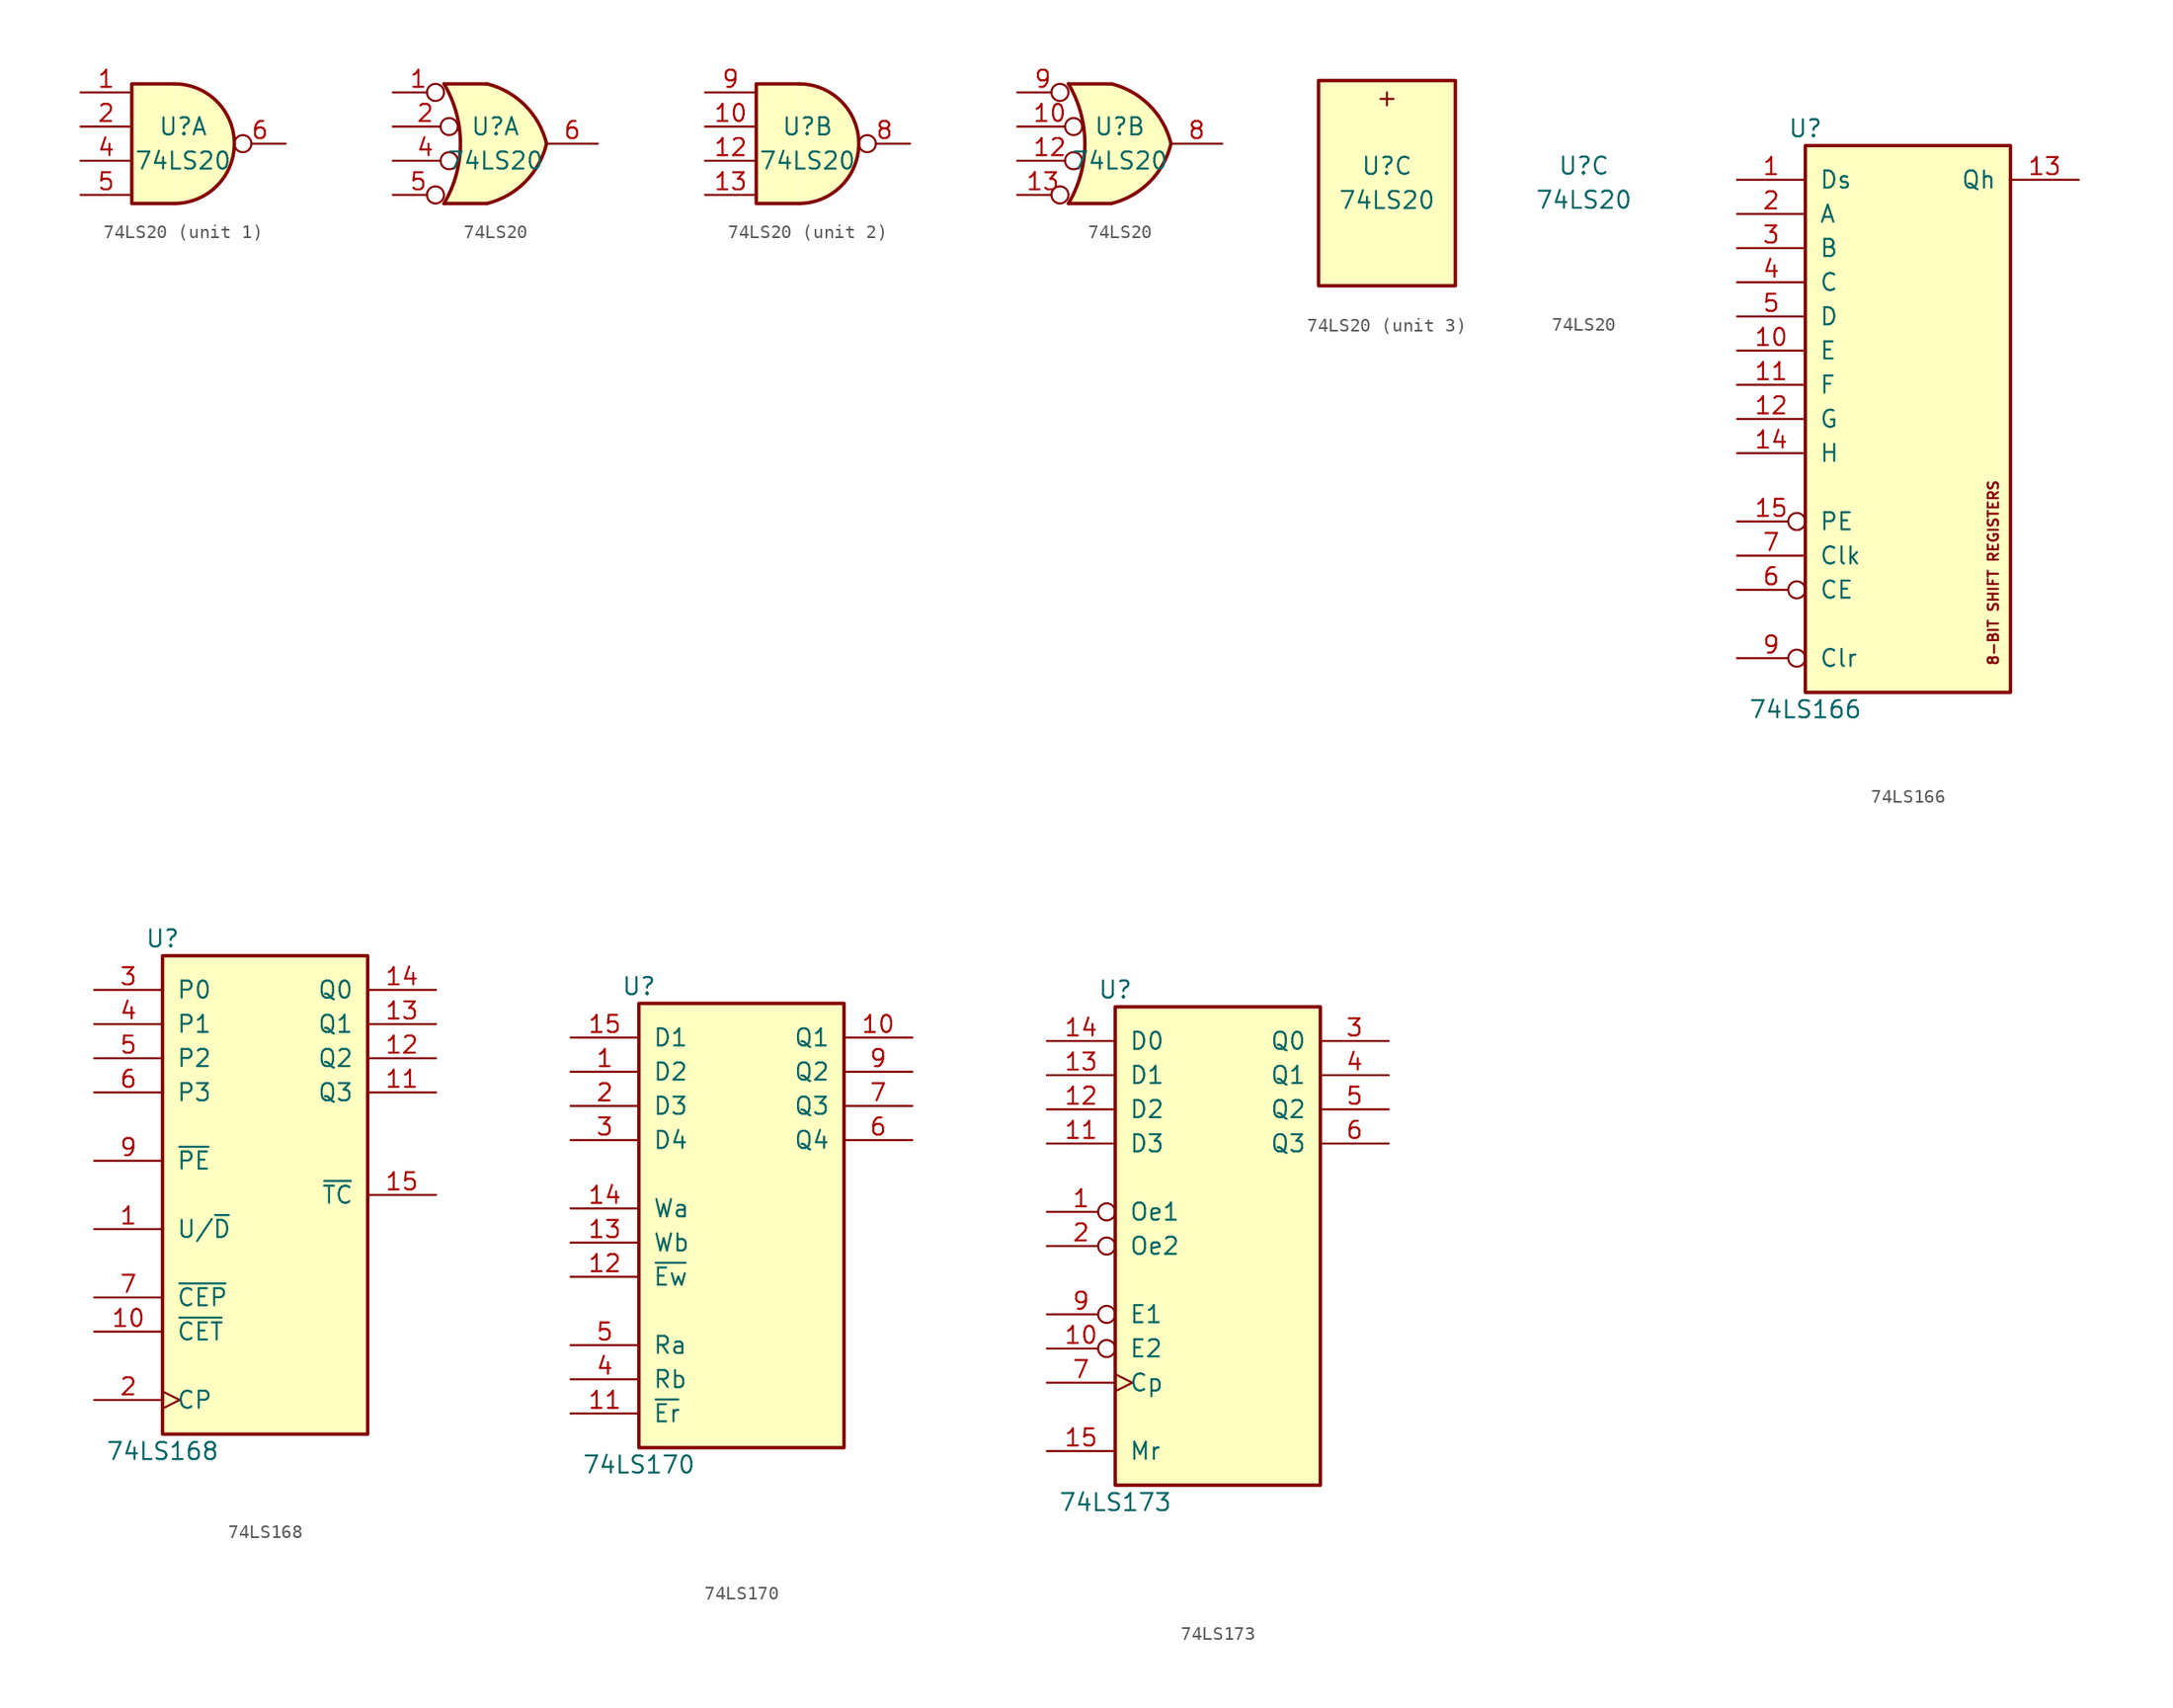
<source format=kicad_sym>
(kicad_symbol_lib
  (version 20231120)
  (generator "kicad_symbol_editor")
  (generator_version "8.0")
  (symbol "74LS20"
    (pin_names
      (offset 1.016))
    (property "Reference" "U"
      (at 0 1.27 0)
      (effects (font (size 1.27 1.27))))
    (property "Value" "74LS20"
      (at 0 -1.27 0)
      (effects (font (size 1.27 1.27))))
    (property "ki_locked" ""
      (at 0 0 0)
      (effects (font (size 1.27 1.27))))
    (symbol "74LS20_1_1"
      (arc (start -0.635 -4.445) (mid 3.7907 0) (end -0.635 4.445) (stroke (width 0.254) (type default)) (fill (type background)))
      (polyline (pts (xy -0.635 4.445) (xy -3.81 4.445) (xy -3.81 -4.445) (xy -0.635 -4.445)) (stroke (width 0.254) (type default)) (fill (type background)))
      (pin input line (at -7.62 3.81 0) (length 3.81) (name "~" (effects (font (size 1.27 1.27)))) (number "1" (effects (font (size 1.27 1.27)))))
      (pin input line (at -7.62 1.27 0) (length 3.81) (name "~" (effects (font (size 1.27 1.27)))) (number "2" (effects (font (size 1.27 1.27)))))
      (pin input line (at -7.62 -1.27 0) (length 3.81) (name "~" (effects (font (size 1.27 1.27)))) (number "4" (effects (font (size 1.27 1.27)))))
      (pin input line (at -7.62 -3.81 0) (length 3.81) (name "~" (effects (font (size 1.27 1.27)))) (number "5" (effects (font (size 1.27 1.27)))))
      (pin output inverted (at 7.62 0 180) (length 3.81) (name "~" (effects (font (size 1.27 1.27)))) (number "6" (effects (font (size 1.27 1.27))))))
    (symbol "74LS20_1_2"
      (arc (start -3.81 -4.445) (mid -2.5908 0) (end -3.81 4.445) (stroke (width 0.254) (type default)) (fill (type none)))
      (arc (start -0.6096 -4.445) (mid 2.2246 -2.8422) (end 3.81 0) (stroke (width 0.254) (type default)) (fill (type background)))
      (polyline (pts (xy -3.81 -4.445) (xy -0.635 -4.445)) (stroke (width 0.254) (type default)) (fill (type background)))
      (polyline (pts (xy -3.81 4.445) (xy -0.635 4.445)) (stroke (width 0.254) (type default)) (fill (type background)))
      (polyline (pts (xy -0.635 4.445) (xy -3.81 4.445) (xy -3.81 4.445) (xy -3.632 4.089) (xy -3.099 2.921) (xy -2.769 1.676) (xy -2.616 0.432) (xy -2.642 -0.864) (xy -2.87 -2.108) (xy -3.251 -3.327) (xy -3.81 -4.445) (xy -3.81 -4.445) (xy -0.635 -4.445)) (stroke (width -25.4) (type default)) (fill (type background)))
      (arc (start 3.81 0) (mid 2.2204 2.8379) (end -0.6096 4.445) (stroke (width 0.254) (type default)) (fill (type background)))
      (pin input inverted (at -7.62 3.81 0) (length 3.81) (name "~" (effects (font (size 1.27 1.27)))) (number "1" (effects (font (size 1.27 1.27)))))
      (pin input inverted (at -7.62 1.27 0) (length 4.826) (name "~" (effects (font (size 1.27 1.27)))) (number "2" (effects (font (size 1.27 1.27)))))
      (pin input inverted (at -7.62 -1.27 0) (length 4.826) (name "~" (effects (font (size 1.27 1.27)))) (number "4" (effects (font (size 1.27 1.27)))))
      (pin input inverted (at -7.62 -3.81 0) (length 3.81) (name "~" (effects (font (size 1.27 1.27)))) (number "5" (effects (font (size 1.27 1.27)))))
      (pin output line (at 7.62 0 180) (length 3.81) (name "~" (effects (font (size 1.27 1.27)))) (number "6" (effects (font (size 1.27 1.27))))))
    (symbol "74LS20_2_1"
      (arc (start -0.635 -4.445) (mid 3.7907 0) (end -0.635 4.445) (stroke (width 0.254) (type default)) (fill (type background)))
      (polyline (pts (xy -0.635 4.445) (xy -3.81 4.445) (xy -3.81 -4.445) (xy -0.635 -4.445)) (stroke (width 0.254) (type default)) (fill (type background)))
      (pin input line (at -7.62 1.27 0) (length 3.81) (name "~" (effects (font (size 1.27 1.27)))) (number "10" (effects (font (size 1.27 1.27)))))
      (pin input line (at -7.62 -1.27 0) (length 3.81) (name "~" (effects (font (size 1.27 1.27)))) (number "12" (effects (font (size 1.27 1.27)))))
      (pin input line (at -7.62 -3.81 0) (length 3.81) (name "~" (effects (font (size 1.27 1.27)))) (number "13" (effects (font (size 1.27 1.27)))))
      (pin output inverted (at 7.62 0 180) (length 3.81) (name "~" (effects (font (size 1.27 1.27)))) (number "8" (effects (font (size 1.27 1.27)))))
      (pin input line (at -7.62 3.81 0) (length 3.81) (name "~" (effects (font (size 1.27 1.27)))) (number "9" (effects (font (size 1.27 1.27))))))
    (symbol "74LS20_2_2"
      (arc (start -3.81 -4.445) (mid -2.5908 0) (end -3.81 4.445) (stroke (width 0.254) (type default)) (fill (type none)))
      (arc (start -0.6096 -4.445) (mid 2.2246 -2.8422) (end 3.81 0) (stroke (width 0.254) (type default)) (fill (type background)))
      (polyline (pts (xy -3.81 -4.445) (xy -0.635 -4.445)) (stroke (width 0.254) (type default)) (fill (type background)))
      (polyline (pts (xy -3.81 4.445) (xy -0.635 4.445)) (stroke (width 0.254) (type default)) (fill (type background)))
      (polyline (pts (xy -0.635 4.445) (xy -3.81 4.445) (xy -3.81 4.445) (xy -3.632 4.089) (xy -3.099 2.921) (xy -2.769 1.676) (xy -2.616 0.432) (xy -2.642 -0.864) (xy -2.87 -2.108) (xy -3.251 -3.327) (xy -3.81 -4.445) (xy -3.81 -4.445) (xy -0.635 -4.445)) (stroke (width -25.4) (type default)) (fill (type background)))
      (arc (start 3.81 0) (mid 2.2204 2.8379) (end -0.6096 4.445) (stroke (width 0.254) (type default)) (fill (type background)))
      (pin input inverted (at -7.62 1.27 0) (length 4.826) (name "~" (effects (font (size 1.27 1.27)))) (number "10" (effects (font (size 1.27 1.27)))))
      (pin input inverted (at -7.62 -1.27 0) (length 4.826) (name "~" (effects (font (size 1.27 1.27)))) (number "12" (effects (font (size 1.27 1.27)))))
      (pin input inverted (at -7.62 -3.81 0) (length 3.81) (name "~" (effects (font (size 1.27 1.27)))) (number "13" (effects (font (size 1.27 1.27)))))
      (pin output line (at 7.62 0 180) (length 3.81) (name "~" (effects (font (size 1.27 1.27)))) (number "8" (effects (font (size 1.27 1.27)))))
      (pin input inverted (at -7.62 3.81 0) (length 3.81) (name "~" (effects (font (size 1.27 1.27)))) (number "9" (effects (font (size 1.27 1.27))))))
    (symbol "74LS20_3_0"
      (pin power_in line (at 0 7.62 270) (length 5.08) hide (name "VCC" (effects (font (size 1.27 1.27)))) (number "14" (effects (font (size 1.27 1.27)))))
      (pin power_in line (at 0 -7.62 90) (length 5.08) hide (name "GND" (effects (font (size 1.27 1.27)))) (number "7" (effects (font (size 1.27 1.27))))))
    (symbol "74LS20_3_1"
      (rectangle (start -5.08 7.62) (end 5.08 -7.62) (stroke (width 0.254) (type default)) (fill (type background)))
      (text "+" (at 0 6.35 0) (effects (font (size 1.27 1.27))))))
  (symbol "74LS166"
    (pin_names
      (offset 1.016))
    (property "Reference" "U"
      (at -7.62 21.59 0)
      (effects (font (size 1.27 1.27))))
    (property "Value" "74LS166"
      (at -7.62 -21.59 0)
      (effects (font (size 1.27 1.27))))
    (symbol "74LS166_0_0"
      (text "8-BIT SHIFT REGISTERS" (at 6.35 -11.43 900) (effects (font (size 0.762 0.762)))))
    (symbol "74LS166_1_0"
      (pin input line (at -12.7 17.78 0) (length 5.08) (name "Ds" (effects (font (size 1.27 1.27)))) (number "1" (effects (font (size 1.27 1.27)))))
      (pin input line (at -12.7 5.08 0) (length 5.08) (name "E" (effects (font (size 1.27 1.27)))) (number "10" (effects (font (size 1.27 1.27)))))
      (pin input line (at -12.7 2.54 0) (length 5.08) (name "F" (effects (font (size 1.27 1.27)))) (number "11" (effects (font (size 1.27 1.27)))))
      (pin input line (at -12.7 0 0) (length 5.08) (name "G" (effects (font (size 1.27 1.27)))) (number "12" (effects (font (size 1.27 1.27)))))
      (pin output line (at 12.7 17.78 180) (length 5.08) (name "Qh" (effects (font (size 1.27 1.27)))) (number "13" (effects (font (size 1.27 1.27)))))
      (pin input line (at -12.7 -2.54 0) (length 5.08) (name "H" (effects (font (size 1.27 1.27)))) (number "14" (effects (font (size 1.27 1.27)))))
      (pin input inverted (at -12.7 -7.62 0) (length 5.08) (name "PE" (effects (font (size 1.27 1.27)))) (number "15" (effects (font (size 1.27 1.27)))))
      (pin power_in line (at 0 20.32 270) (length 5.08) hide (name "VCC" (effects (font (size 1.27 1.27)))) (number "16" (effects (font (size 1.27 1.27)))))
      (pin input line (at -12.7 15.24 0) (length 5.08) (name "A" (effects (font (size 1.27 1.27)))) (number "2" (effects (font (size 1.27 1.27)))))
      (pin input line (at -12.7 12.7 0) (length 5.08) (name "B" (effects (font (size 1.27 1.27)))) (number "3" (effects (font (size 1.27 1.27)))))
      (pin input line (at -12.7 10.16 0) (length 5.08) (name "C" (effects (font (size 1.27 1.27)))) (number "4" (effects (font (size 1.27 1.27)))))
      (pin input line (at -12.7 7.62 0) (length 5.08) (name "D" (effects (font (size 1.27 1.27)))) (number "5" (effects (font (size 1.27 1.27)))))
      (pin input inverted (at -12.7 -12.7 0) (length 5.08) (name "CE" (effects (font (size 1.27 1.27)))) (number "6" (effects (font (size 1.27 1.27)))))
      (pin input line (at -12.7 -10.16 0) (length 5.08) (name "Clk" (effects (font (size 1.27 1.27)))) (number "7" (effects (font (size 1.27 1.27)))))
      (pin power_in line (at 0 -20.32 90) (length 5.08) hide (name "GND" (effects (font (size 1.27 1.27)))) (number "8" (effects (font (size 1.27 1.27)))))
      (pin input inverted (at -12.7 -17.78 0) (length 5.08) (name "Clr" (effects (font (size 1.27 1.27)))) (number "9" (effects (font (size 1.27 1.27))))))
    (symbol "74LS166_1_1"
      (rectangle (start -7.62 20.32) (end 7.62 -20.32) (stroke (width 0.254) (type default)) (fill (type background)))))
  (symbol "74LS168"
    (pin_names
      (offset 1.016))
    (property "Reference" "U"
      (at -7.62 19.05 0)
      (effects (font (size 1.27 1.27))))
    (property "Value" "74LS168"
      (at -7.62 -19.05 0)
      (effects (font (size 1.27 1.27))))
    (property "ki_locked" ""
      (at 0 0 0)
      (effects (font (size 1.27 1.27))))
    (symbol "74LS168_1_0"
      (pin input line (at -12.7 -2.54 0) (length 5.08) (name "U/~{D}" (effects (font (size 1.27 1.27)))) (number "1" (effects (font (size 1.27 1.27)))))
      (pin input line (at -12.7 -10.16 0) (length 5.08) (name "~{CET}" (effects (font (size 1.27 1.27)))) (number "10" (effects (font (size 1.27 1.27)))))
      (pin output line (at 12.7 7.62 180) (length 5.08) (name "Q3" (effects (font (size 1.27 1.27)))) (number "11" (effects (font (size 1.27 1.27)))))
      (pin output line (at 12.7 10.16 180) (length 5.08) (name "Q2" (effects (font (size 1.27 1.27)))) (number "12" (effects (font (size 1.27 1.27)))))
      (pin output line (at 12.7 12.7 180) (length 5.08) (name "Q1" (effects (font (size 1.27 1.27)))) (number "13" (effects (font (size 1.27 1.27)))))
      (pin output line (at 12.7 15.24 180) (length 5.08) (name "Q0" (effects (font (size 1.27 1.27)))) (number "14" (effects (font (size 1.27 1.27)))))
      (pin output line (at 12.7 0 180) (length 5.08) (name "~{TC}" (effects (font (size 1.27 1.27)))) (number "15" (effects (font (size 1.27 1.27)))))
      (pin power_in line (at 0 17.78 270) (length 5.08) hide (name "VCC" (effects (font (size 1.27 1.27)))) (number "16" (effects (font (size 1.27 1.27)))))
      (pin input clock (at -12.7 -15.24 0) (length 5.08) (name "CP" (effects (font (size 1.27 1.27)))) (number "2" (effects (font (size 1.27 1.27)))))
      (pin input line (at -12.7 15.24 0) (length 5.08) (name "P0" (effects (font (size 1.27 1.27)))) (number "3" (effects (font (size 1.27 1.27)))))
      (pin input line (at -12.7 12.7 0) (length 5.08) (name "P1" (effects (font (size 1.27 1.27)))) (number "4" (effects (font (size 1.27 1.27)))))
      (pin input line (at -12.7 10.16 0) (length 5.08) (name "P2" (effects (font (size 1.27 1.27)))) (number "5" (effects (font (size 1.27 1.27)))))
      (pin input line (at -12.7 7.62 0) (length 5.08) (name "P3" (effects (font (size 1.27 1.27)))) (number "6" (effects (font (size 1.27 1.27)))))
      (pin input line (at -12.7 -7.62 0) (length 5.08) (name "~{CEP}" (effects (font (size 1.27 1.27)))) (number "7" (effects (font (size 1.27 1.27)))))
      (pin power_in line (at 0 -17.78 90) (length 5.08) hide (name "GND" (effects (font (size 1.27 1.27)))) (number "8" (effects (font (size 1.27 1.27)))))
      (pin input line (at -12.7 2.54 0) (length 5.08) (name "~{PE}" (effects (font (size 1.27 1.27)))) (number "9" (effects (font (size 1.27 1.27))))))
    (symbol "74LS168_1_1"
      (rectangle (start -7.62 17.78) (end 7.62 -17.78) (stroke (width 0.254) (type default)) (fill (type background)))))
  (symbol "74LS170"
    (pin_names
      (offset 1.016))
    (property "Reference" "U"
      (at -7.62 16.51 0)
      (effects (font (size 1.27 1.27))))
    (property "Value" "74LS170"
      (at -7.62 -19.05 0)
      (effects (font (size 1.27 1.27))))
    (property "ki_locked" ""
      (at 0 0 0)
      (effects (font (size 1.27 1.27))))
    (symbol "74LS170_1_0"
      (pin input line (at -12.7 10.16 0) (length 5.08) (name "D2" (effects (font (size 1.27 1.27)))) (number "1" (effects (font (size 1.27 1.27)))))
      (pin tri_state line (at 12.7 12.7 180) (length 5.08) (name "Q1" (effects (font (size 1.27 1.27)))) (number "10" (effects (font (size 1.27 1.27)))))
      (pin input line (at -12.7 -15.24 0) (length 5.08) (name "~{Er}" (effects (font (size 1.27 1.27)))) (number "11" (effects (font (size 1.27 1.27)))))
      (pin input line (at -12.7 -5.08 0) (length 5.08) (name "~{Ew}" (effects (font (size 1.27 1.27)))) (number "12" (effects (font (size 1.27 1.27)))))
      (pin input line (at -12.7 -2.54 0) (length 5.08) (name "Wb" (effects (font (size 1.27 1.27)))) (number "13" (effects (font (size 1.27 1.27)))))
      (pin input line (at -12.7 0 0) (length 5.08) (name "Wa" (effects (font (size 1.27 1.27)))) (number "14" (effects (font (size 1.27 1.27)))))
      (pin input line (at -12.7 12.7 0) (length 5.08) (name "D1" (effects (font (size 1.27 1.27)))) (number "15" (effects (font (size 1.27 1.27)))))
      (pin input line (at 0 20.32 270) (length 5.08) hide (name "VCC" (effects (font (size 1.27 1.27)))) (number "16" (effects (font (size 1.27 1.27)))))
      (pin input line (at -12.7 7.62 0) (length 5.08) (name "D3" (effects (font (size 1.27 1.27)))) (number "2" (effects (font (size 1.27 1.27)))))
      (pin input line (at -12.7 5.08 0) (length 5.08) (name "D4" (effects (font (size 1.27 1.27)))) (number "3" (effects (font (size 1.27 1.27)))))
      (pin input line (at -12.7 -12.7 0) (length 5.08) (name "Rb" (effects (font (size 1.27 1.27)))) (number "4" (effects (font (size 1.27 1.27)))))
      (pin input line (at -12.7 -10.16 0) (length 5.08) (name "Ra" (effects (font (size 1.27 1.27)))) (number "5" (effects (font (size 1.27 1.27)))))
      (pin tri_state line (at 12.7 5.08 180) (length 5.08) (name "Q4" (effects (font (size 1.27 1.27)))) (number "6" (effects (font (size 1.27 1.27)))))
      (pin tri_state line (at 12.7 7.62 180) (length 5.08) (name "Q3" (effects (font (size 1.27 1.27)))) (number "7" (effects (font (size 1.27 1.27)))))
      (pin input line (at 0 -22.86 90) (length 5.08) hide (name "GND" (effects (font (size 1.27 1.27)))) (number "8" (effects (font (size 1.27 1.27)))))
      (pin tri_state line (at 12.7 10.16 180) (length 5.08) (name "Q2" (effects (font (size 1.27 1.27)))) (number "9" (effects (font (size 1.27 1.27))))))
    (symbol "74LS170_1_1"
      (rectangle (start -7.62 15.24) (end 7.62 -17.78) (stroke (width 0.254) (type default)) (fill (type background)))))
  (symbol "74LS173"
    (pin_names
      (offset 1.016))
    (property "Reference" "U"
      (at -7.62 19.05 0)
      (effects (font (size 1.27 1.27))))
    (property "Value" "74LS173"
      (at -7.62 -19.05 0)
      (effects (font (size 1.27 1.27))))
    (property "ki_locked" ""
      (at 0 0 0)
      (effects (font (size 1.27 1.27))))
    (symbol "74LS173_1_0"
      (pin input inverted (at -12.7 2.54 0) (length 5.08) (name "Oe1" (effects (font (size 1.27 1.27)))) (number "1" (effects (font (size 1.27 1.27)))))
      (pin input inverted (at -12.7 -7.62 0) (length 5.08) (name "E2" (effects (font (size 1.27 1.27)))) (number "10" (effects (font (size 1.27 1.27)))))
      (pin input line (at -12.7 7.62 0) (length 5.08) (name "D3" (effects (font (size 1.27 1.27)))) (number "11" (effects (font (size 1.27 1.27)))))
      (pin input line (at -12.7 10.16 0) (length 5.08) (name "D2" (effects (font (size 1.27 1.27)))) (number "12" (effects (font (size 1.27 1.27)))))
      (pin input line (at -12.7 12.7 0) (length 5.08) (name "D1" (effects (font (size 1.27 1.27)))) (number "13" (effects (font (size 1.27 1.27)))))
      (pin input line (at -12.7 15.24 0) (length 5.08) (name "D0" (effects (font (size 1.27 1.27)))) (number "14" (effects (font (size 1.27 1.27)))))
      (pin input line (at -12.7 -15.24 0) (length 5.08) (name "Mr" (effects (font (size 1.27 1.27)))) (number "15" (effects (font (size 1.27 1.27)))))
      (pin input line (at 0 22.86 270) (length 5.08) hide (name "VCC" (effects (font (size 1.27 1.27)))) (number "16" (effects (font (size 1.27 1.27)))))
      (pin input inverted (at -12.7 0 0) (length 5.08) (name "Oe2" (effects (font (size 1.27 1.27)))) (number "2" (effects (font (size 1.27 1.27)))))
      (pin tri_state line (at 12.7 15.24 180) (length 5.08) (name "Q0" (effects (font (size 1.27 1.27)))) (number "3" (effects (font (size 1.27 1.27)))))
      (pin tri_state line (at 12.7 12.7 180) (length 5.08) (name "Q1" (effects (font (size 1.27 1.27)))) (number "4" (effects (font (size 1.27 1.27)))))
      (pin tri_state line (at 12.7 10.16 180) (length 5.08) (name "Q2" (effects (font (size 1.27 1.27)))) (number "5" (effects (font (size 1.27 1.27)))))
      (pin tri_state line (at 12.7 7.62 180) (length 5.08) (name "Q3" (effects (font (size 1.27 1.27)))) (number "6" (effects (font (size 1.27 1.27)))))
      (pin input clock (at -12.7 -10.16 0) (length 5.08) (name "Cp" (effects (font (size 1.27 1.27)))) (number "7" (effects (font (size 1.27 1.27)))))
      (pin input line (at 0 -22.86 90) (length 5.08) hide (name "GND" (effects (font (size 1.27 1.27)))) (number "8" (effects (font (size 1.27 1.27)))))
      (pin input inverted (at -12.7 -5.08 0) (length 5.08) (name "E1" (effects (font (size 1.27 1.27)))) (number "9" (effects (font (size 1.27 1.27))))))
    (symbol "74LS173_1_1"
      (rectangle (start -7.62 17.78) (end 7.62 -17.78) (stroke (width 0.254) (type default)) (fill (type background))))))
</source>
